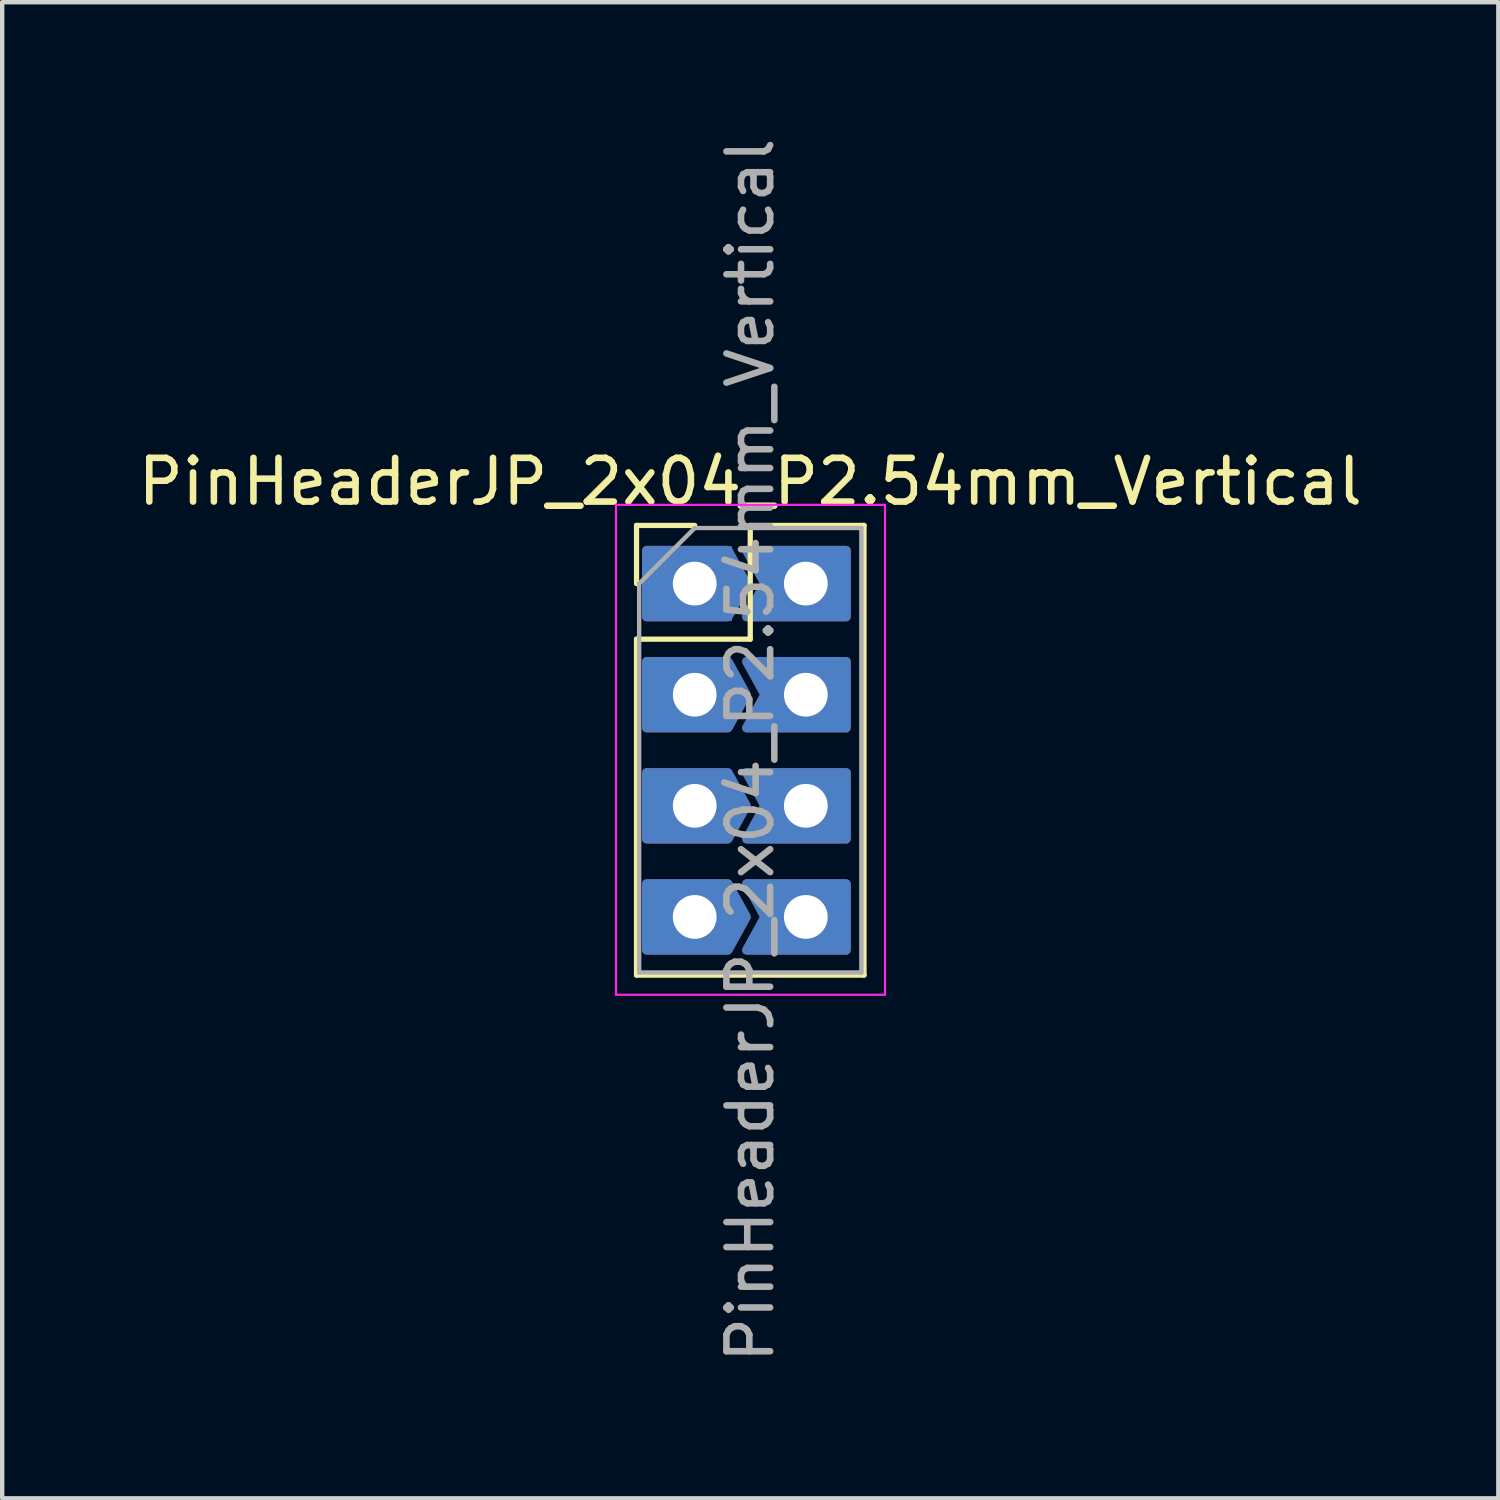
<source format=kicad_pcb>
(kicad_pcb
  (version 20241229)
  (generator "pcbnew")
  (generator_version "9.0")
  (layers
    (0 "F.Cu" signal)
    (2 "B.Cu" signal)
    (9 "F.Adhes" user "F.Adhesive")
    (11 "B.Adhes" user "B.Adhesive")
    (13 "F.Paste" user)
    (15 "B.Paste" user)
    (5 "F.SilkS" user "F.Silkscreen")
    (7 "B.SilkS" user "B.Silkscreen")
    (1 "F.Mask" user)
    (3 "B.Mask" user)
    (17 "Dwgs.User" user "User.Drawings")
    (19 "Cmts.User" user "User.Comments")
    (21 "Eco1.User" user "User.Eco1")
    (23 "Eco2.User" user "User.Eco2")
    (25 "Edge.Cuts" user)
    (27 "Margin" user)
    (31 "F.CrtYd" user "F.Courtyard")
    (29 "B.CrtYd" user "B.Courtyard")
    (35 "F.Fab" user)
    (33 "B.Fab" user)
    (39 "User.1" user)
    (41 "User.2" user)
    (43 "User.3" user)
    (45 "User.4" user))
  (footprint "PinHeaderJP_2x04_P2.54mm_Vertical"
    (layer "F.Cu")
    (at 12.831 10.291)
    (property "Reference" "PinHeaderJP_2x04_P2.54mm_Vertical" (at 1.27 -2.33 0) (layer "F.SilkS") (effects (font (size 1 1) (thickness 0.15))))
    (attr through_hole)
    (fp_line (start -1.33 -1.33) (end 0 -1.33) (stroke (width 0.12) (type solid)) (layer "F.SilkS"))
    (fp_line (start -1.33 0) (end -1.33 -1.33) (stroke (width 0.12) (type solid)) (layer "F.SilkS"))
    (fp_line (start -1.33 1.27) (end -1.33 8.95) (stroke (width 0.12) (type solid)) (layer "F.SilkS"))
    (fp_line (start -1.33 1.27) (end 1.27 1.27) (stroke (width 0.12) (type solid)) (layer "F.SilkS"))
    (fp_line (start -1.33 8.95) (end 3.87 8.95) (stroke (width 0.12) (type solid)) (layer "F.SilkS"))
    (fp_line (start 1.27 -1.33) (end 3.87 -1.33) (stroke (width 0.12) (type solid)) (layer "F.SilkS"))
    (fp_line (start 1.27 1.27) (end 1.27 -1.33) (stroke (width 0.12) (type solid)) (layer "F.SilkS"))
    (fp_line (start 3.87 -1.33) (end 3.87 8.95) (stroke (width 0.12) (type solid)) (layer "F.SilkS"))
    (fp_line (start -1.8 -1.8) (end -1.8 9.4) (stroke (width 0.05) (type solid)) (layer "F.CrtYd"))
    (fp_line (start -1.8 9.4) (end 4.35 9.4) (stroke (width 0.05) (type solid)) (layer "F.CrtYd"))
    (fp_line (start 4.35 -1.8) (end -1.8 -1.8) (stroke (width 0.05) (type solid)) (layer "F.CrtYd"))
    (fp_line (start 4.35 9.4) (end 4.35 -1.8) (stroke (width 0.05) (type solid)) (layer "F.CrtYd"))
    (fp_line (start -1.27 0) (end 0 -1.27) (stroke (width 0.1) (type solid)) (layer "F.Fab"))
    (fp_line (start -1.27 8.89) (end -1.27 0) (stroke (width 0.1) (type solid)) (layer "F.Fab"))
    (fp_line (start 0 -1.27) (end 3.81 -1.27) (stroke (width 0.1) (type solid)) (layer "F.Fab"))
    (fp_line (start 3.81 -1.27) (end 3.81 8.89) (stroke (width 0.1) (type solid)) (layer "F.Fab"))
    (fp_line (start 3.81 8.89) (end -1.27 8.89) (stroke (width 0.1) (type solid)) (layer "F.Fab"))
    (fp_text user "${REFERENCE}" (at 1.27 3.81 90) (layer "F.Fab") (effects (font (size 1 1) (thickness 0.15))))
    (pad "1" thru_hole custom (at 0 0) (size 1.7 1.7) (drill 1) (layers "*.Cu" "*.Mask") (options (anchor rect)) (primitives (gr_poly (pts (xy -1.104 -0.762) (xy -1.104 0.762) (xy 0.762 0.762) (xy 1.182 0) (xy 0.762 -0.762)) (width 0.2) (fill yes))))
    (pad "2" thru_hole custom (at 2.54 0) (size 1.7 1.7) (drill 1) (layers "*.Cu" "*.Mask") (options (anchor circle)) (primitives (gr_poly (pts (xy 0.85 0) (xy 0.831 -0.177) (xy 0.777 -0.346) (xy 0.688 -0.5) (xy 0.569 -0.632) (xy 0.425 -0.736) (xy 0.263 -0.808) (xy 0.089 -0.845) (xy -0.089 -0.845) (xy -0.263 -0.808) (xy -0.425 -0.736) (xy -0.569 -0.632) (xy -0.688 -0.5) (xy -0.777 -0.346) (xy -0.831 -0.177) (xy -0.85 0) (xy -0.831 0.177) (xy -0.777 0.346) (xy -0.688 0.5) (xy -0.569 0.632) (xy -0.425 0.736) (xy -0.263 0.808) (xy -0.089 0.845) (xy 0.089 0.845) (xy 0.263 0.808) (xy 0.425 0.736) (xy 0.569 0.632) (xy 0.688 0.5) (xy 0.777 0.346) (xy 0.831 0.177) (xy 0.85 0)) (width 0) (fill yes)) (gr_poly (pts (xy -1.358 -0.762) (xy -0.938 0) (xy -1.358 0.762) (xy 0.928 0.762) (xy 0.928 -0.762)) (width 0.2) (fill yes))))
    (pad "3" thru_hole custom (at 0 2.54) (size 1.7 1.7) (drill 1) (layers "*.Cu" "*.Mask") (options (anchor circle)) (primitives (gr_poly (pts (xy 0.85 0) (xy 0.831 -0.177) (xy 0.777 -0.346) (xy 0.688 -0.5) (xy 0.569 -0.632) (xy 0.425 -0.736) (xy 0.263 -0.808) (xy 0.089 -0.845) (xy -0.089 -0.845) (xy -0.263 -0.808) (xy -0.425 -0.736) (xy -0.569 -0.632) (xy -0.688 -0.5) (xy -0.777 -0.346) (xy -0.831 -0.177) (xy -0.85 0) (xy -0.831 0.177) (xy -0.777 0.346) (xy -0.688 0.5) (xy -0.569 0.632) (xy -0.425 0.736) (xy -0.263 0.808) (xy -0.089 0.845) (xy 0.089 0.845) (xy 0.263 0.808) (xy 0.425 0.736) (xy 0.569 0.632) (xy 0.688 0.5) (xy 0.777 0.346) (xy 0.831 0.177) (xy 0.85 0)) (width 0) (fill yes)) (gr_poly (pts (xy -1.104 -0.762) (xy -1.104 0.762) (xy 0.762 0.762) (xy 1.182 0) (xy 0.762 -0.762)) (width 0.2) (fill yes))))
    (pad "4" thru_hole custom (at 2.54 2.54) (size 1.7 1.7) (drill 1) (layers "*.Cu" "*.Mask") (options (anchor circle)) (primitives (gr_poly (pts (xy 0.85 0) (xy 0.831 -0.177) (xy 0.777 -0.346) (xy 0.688 -0.5) (xy 0.569 -0.632) (xy 0.425 -0.736) (xy 0.263 -0.808) (xy 0.089 -0.845) (xy -0.089 -0.845) (xy -0.263 -0.808) (xy -0.425 -0.736) (xy -0.569 -0.632) (xy -0.688 -0.5) (xy -0.777 -0.346) (xy -0.831 -0.177) (xy -0.85 0) (xy -0.831 0.177) (xy -0.777 0.346) (xy -0.688 0.5) (xy -0.569 0.632) (xy -0.425 0.736) (xy -0.263 0.808) (xy -0.089 0.845) (xy 0.089 0.845) (xy 0.263 0.808) (xy 0.425 0.736) (xy 0.569 0.632) (xy 0.688 0.5) (xy 0.777 0.346) (xy 0.831 0.177) (xy 0.85 0)) (width 0) (fill yes)) (gr_poly (pts (xy -1.358 -0.762) (xy -0.938 0) (xy -1.358 0.762) (xy 0.928 0.762) (xy 0.928 -0.762)) (width 0.2) (fill yes))))
    (pad "5" thru_hole custom (at 0 5.08) (size 1.7 1.7) (drill 1) (layers "*.Cu" "*.Mask") (options (anchor circle)) (primitives (gr_poly (pts (xy 0.85 0) (xy 0.831 -0.177) (xy 0.777 -0.346) (xy 0.688 -0.5) (xy 0.569 -0.632) (xy 0.425 -0.736) (xy 0.263 -0.808) (xy 0.089 -0.845) (xy -0.089 -0.845) (xy -0.263 -0.808) (xy -0.425 -0.736) (xy -0.569 -0.632) (xy -0.688 -0.5) (xy -0.777 -0.346) (xy -0.831 -0.177) (xy -0.85 0) (xy -0.831 0.177) (xy -0.777 0.346) (xy -0.688 0.5) (xy -0.569 0.632) (xy -0.425 0.736) (xy -0.263 0.808) (xy -0.089 0.845) (xy 0.089 0.845) (xy 0.263 0.808) (xy 0.425 0.736) (xy 0.569 0.632) (xy 0.688 0.5) (xy 0.777 0.346) (xy 0.831 0.177) (xy 0.85 0)) (width 0) (fill yes)) (gr_poly (pts (xy -1.104 -0.762) (xy -1.104 0.762) (xy 0.762 0.762) (xy 1.182 0) (xy 0.762 -0.762)) (width 0.2) (fill yes))))
    (pad "6" thru_hole custom (at 2.54 5.08) (size 1.7 1.7) (drill 1) (layers "*.Cu" "*.Mask") (options (anchor circle)) (primitives (gr_poly (pts (xy 0.85 0) (xy 0.831 -0.177) (xy 0.777 -0.346) (xy 0.688 -0.5) (xy 0.569 -0.632) (xy 0.425 -0.736) (xy 0.263 -0.808) (xy 0.089 -0.845) (xy -0.089 -0.845) (xy -0.263 -0.808) (xy -0.425 -0.736) (xy -0.569 -0.632) (xy -0.688 -0.5) (xy -0.777 -0.346) (xy -0.831 -0.177) (xy -0.85 0) (xy -0.831 0.177) (xy -0.777 0.346) (xy -0.688 0.5) (xy -0.569 0.632) (xy -0.425 0.736) (xy -0.263 0.808) (xy -0.089 0.845) (xy 0.089 0.845) (xy 0.263 0.808) (xy 0.425 0.736) (xy 0.569 0.632) (xy 0.688 0.5) (xy 0.777 0.346) (xy 0.831 0.177) (xy 0.85 0)) (width 0) (fill yes)) (gr_poly (pts (xy -1.358 -0.762) (xy -0.938 0) (xy -1.358 0.762) (xy 0.928 0.762) (xy 0.928 -0.762)) (width 0.2) (fill yes))))
    (pad "7" thru_hole custom (at 0 7.62) (size 1.7 1.7) (drill 1) (layers "*.Cu" "*.Mask") (options (anchor circle)) (primitives (gr_poly (pts (xy 0.85 0) (xy 0.831 -0.177) (xy 0.777 -0.346) (xy 0.688 -0.5) (xy 0.569 -0.632) (xy 0.425 -0.736) (xy 0.263 -0.808) (xy 0.089 -0.845) (xy -0.089 -0.845) (xy -0.263 -0.808) (xy -0.425 -0.736) (xy -0.569 -0.632) (xy -0.688 -0.5) (xy -0.777 -0.346) (xy -0.831 -0.177) (xy -0.85 0) (xy -0.831 0.177) (xy -0.777 0.346) (xy -0.688 0.5) (xy -0.569 0.632) (xy -0.425 0.736) (xy -0.263 0.808) (xy -0.089 0.845) (xy 0.089 0.845) (xy 0.263 0.808) (xy 0.425 0.736) (xy 0.569 0.632) (xy 0.688 0.5) (xy 0.777 0.346) (xy 0.831 0.177) (xy 0.85 0)) (width 0) (fill yes)) (gr_poly (pts (xy -1.104 -0.762) (xy -1.104 0.762) (xy 0.762 0.762) (xy 1.182 0) (xy 0.762 -0.762)) (width 0.2) (fill yes))))
    (pad "8" thru_hole custom (at 2.54 7.62) (size 1.7 1.7) (drill 1) (layers "*.Cu" "*.Mask") (options (anchor circle)) (primitives (gr_poly (pts (xy 0.85 0) (xy 0.831 -0.177) (xy 0.777 -0.346) (xy 0.688 -0.5) (xy 0.569 -0.632) (xy 0.425 -0.736) (xy 0.263 -0.808) (xy 0.089 -0.845) (xy -0.089 -0.845) (xy -0.263 -0.808) (xy -0.425 -0.736) (xy -0.569 -0.632) (xy -0.688 -0.5) (xy -0.777 -0.346) (xy -0.831 -0.177) (xy -0.85 0) (xy -0.831 0.177) (xy -0.777 0.346) (xy -0.688 0.5) (xy -0.569 0.632) (xy -0.425 0.736) (xy -0.263 0.808) (xy -0.089 0.845) (xy 0.089 0.845) (xy 0.263 0.808) (xy 0.425 0.736) (xy 0.569 0.632) (xy 0.688 0.5) (xy 0.777 0.346) (xy 0.831 0.177) (xy 0.85 0)) (width 0) (fill yes)) (gr_poly (pts (xy -1.358 -0.762) (xy -0.938 0) (xy -1.358 0.762) (xy 0.928 0.762) (xy 0.928 -0.762)) (width 0.2) (fill yes)))))
  (gr_rect
    (start -3 -3)
    (end 31.202 31.202)
    (stroke (width 0.1) (type default))
    (fill no)
    (layer "Edge.Cuts")))
</source>
